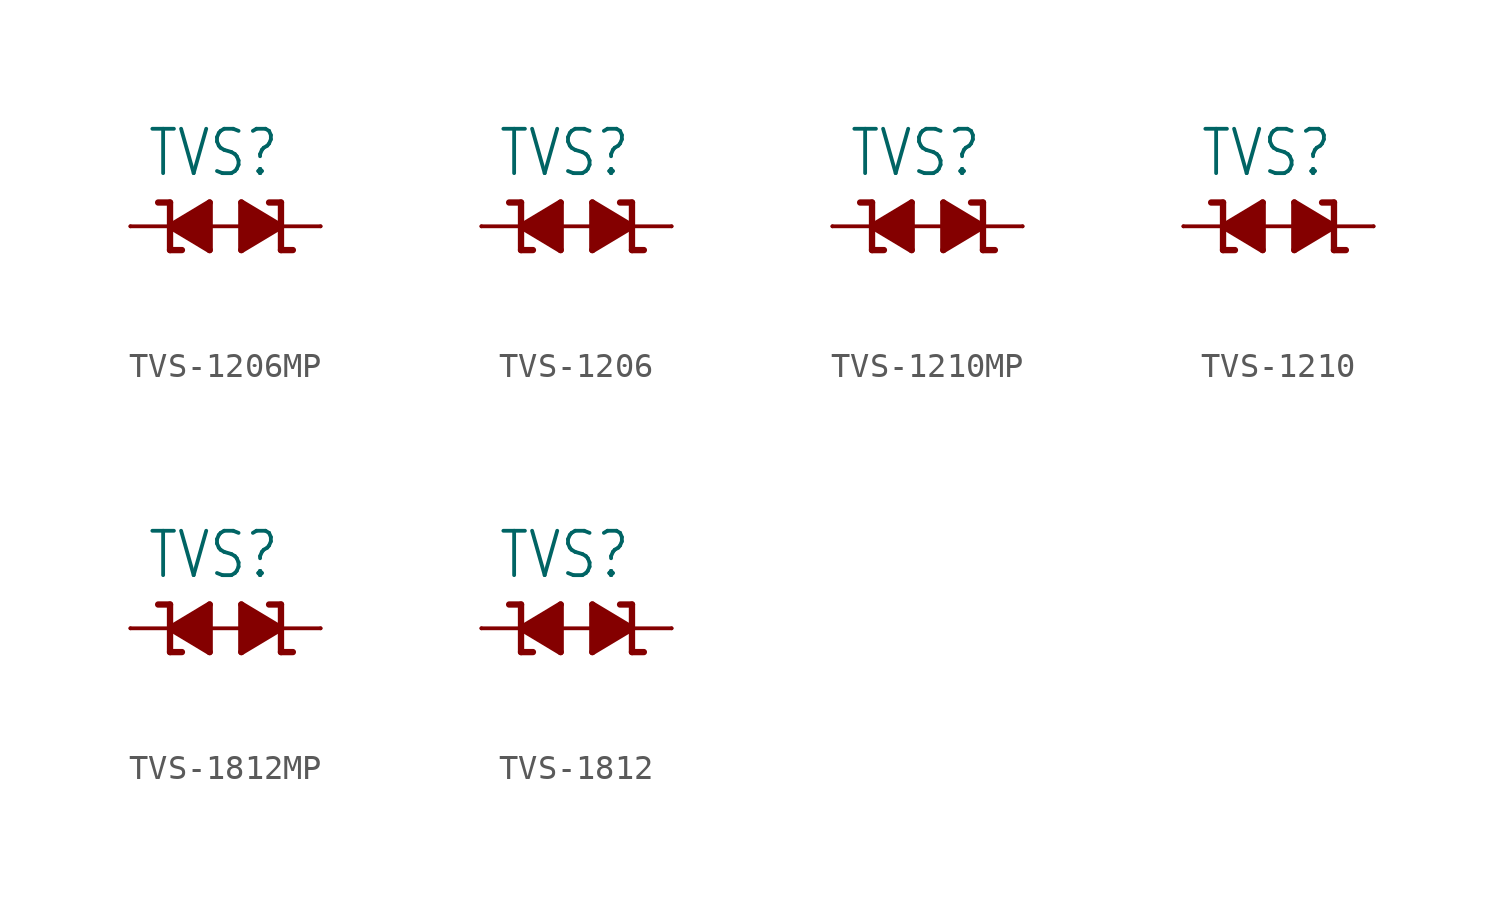
<source format=kicad_sym>
(kicad_symbol_lib
  (version 20231120)
  (generator "kicad_symbol_editor")
  (generator_version "8.0")
  (symbol "TVS-1206MP"
    (property "Reference" "TVS"
      (at -4.445 1.905 0)
      (effects (font (size 1.778 1.511)) (justify left bottom)))
    (property "Value" ""
      (at -4.445 -3.81 0)
      (effects (font (size 1.778 1.511)) (justify left bottom)))
    (property "ki_locked" ""
      (at 0 0 0)
      (effects (font (size 1.27 1.27))))
    (symbol "TVS-1206MP_1_0"
      (polyline (pts (xy -5.08 0) (xy 2.54 0)) (stroke (width 0.152) (type solid)) (fill (type none)))
      (polyline (pts (xy -3.493 -0.953) (xy -3.493 0)) (stroke (width 0.254) (type solid)) (fill (type none)))
      (polyline (pts (xy -3.493 0) (xy -3.493 0.953)) (stroke (width 0.254) (type solid)) (fill (type none)))
      (polyline (pts (xy -3.493 0) (xy -1.905 -0.953)) (stroke (width 0.254) (type solid)) (fill (type none)))
      (polyline (pts (xy -3.493 0.953) (xy -3.969 0.953)) (stroke (width 0.254) (type solid)) (fill (type none)))
      (polyline (pts (xy -3.016 -0.953) (xy -3.493 -0.953)) (stroke (width 0.254) (type solid)) (fill (type none)))
      (polyline (pts (xy -1.905 -0.953) (xy -1.905 0.953)) (stroke (width 0.254) (type solid)) (fill (type none)))
      (polyline (pts (xy -1.905 0.953) (xy -3.493 0)) (stroke (width 0.254) (type solid)) (fill (type none)))
      (polyline (pts (xy -0.635 -0.953) (xy 0.953 0)) (stroke (width 0.254) (type solid)) (fill (type none)))
      (polyline (pts (xy -0.635 0.953) (xy -0.635 -0.953)) (stroke (width 0.254) (type solid)) (fill (type none)))
      (polyline (pts (xy 0.476 0.953) (xy 0.953 0.953)) (stroke (width 0.254) (type solid)) (fill (type none)))
      (polyline (pts (xy 0.953 -0.953) (xy 1.429 -0.953)) (stroke (width 0.254) (type solid)) (fill (type none)))
      (polyline (pts (xy 0.953 0) (xy -0.635 0.953)) (stroke (width 0.254) (type solid)) (fill (type none)))
      (polyline (pts (xy 0.953 0) (xy 0.953 -0.953)) (stroke (width 0.254) (type solid)) (fill (type none)))
      (polyline (pts (xy 0.953 0.953) (xy 0.953 0)) (stroke (width 0.254) (type solid)) (fill (type none)))
      (polyline (pts (xy -1.905 -0.953) (xy -3.493 0) (xy -1.905 0.953)) (stroke (width 0.152) (type solid)) (fill (type outline)))
      (polyline (pts (xy -0.635 0.953) (xy 0.953 0) (xy -0.635 -0.953)) (stroke (width 0.152) (type solid)) (fill (type outline)))
      (pin passive line (at -5.08 0 0) (length 0) (name "1" (effects (font (size 0 0)))) (number "1" (effects (font (size 0 0)))))
      (pin passive line (at 2.54 0 180) (length 0) (name "2" (effects (font (size 0 0)))) (number "2" (effects (font (size 0 0)))))))
  (symbol "TVS-1206"
    (property "Reference" "TVS"
      (at -4.445 1.905 0)
      (effects (font (size 1.778 1.511)) (justify left bottom)))
    (property "Value" ""
      (at -4.445 -3.81 0)
      (effects (font (size 1.778 1.511)) (justify left bottom)))
    (property "ki_locked" ""
      (at 0 0 0)
      (effects (font (size 1.27 1.27))))
    (symbol "TVS-1206_1_0"
      (polyline (pts (xy -5.08 0) (xy 2.54 0)) (stroke (width 0.152) (type solid)) (fill (type none)))
      (polyline (pts (xy -3.493 -0.953) (xy -3.493 0)) (stroke (width 0.254) (type solid)) (fill (type none)))
      (polyline (pts (xy -3.493 0) (xy -3.493 0.953)) (stroke (width 0.254) (type solid)) (fill (type none)))
      (polyline (pts (xy -3.493 0) (xy -1.905 -0.953)) (stroke (width 0.254) (type solid)) (fill (type none)))
      (polyline (pts (xy -3.493 0.953) (xy -3.969 0.953)) (stroke (width 0.254) (type solid)) (fill (type none)))
      (polyline (pts (xy -3.016 -0.953) (xy -3.493 -0.953)) (stroke (width 0.254) (type solid)) (fill (type none)))
      (polyline (pts (xy -1.905 -0.953) (xy -1.905 0.953)) (stroke (width 0.254) (type solid)) (fill (type none)))
      (polyline (pts (xy -1.905 0.953) (xy -3.493 0)) (stroke (width 0.254) (type solid)) (fill (type none)))
      (polyline (pts (xy -0.635 -0.953) (xy 0.953 0)) (stroke (width 0.254) (type solid)) (fill (type none)))
      (polyline (pts (xy -0.635 0.953) (xy -0.635 -0.953)) (stroke (width 0.254) (type solid)) (fill (type none)))
      (polyline (pts (xy 0.476 0.953) (xy 0.953 0.953)) (stroke (width 0.254) (type solid)) (fill (type none)))
      (polyline (pts (xy 0.953 -0.953) (xy 1.429 -0.953)) (stroke (width 0.254) (type solid)) (fill (type none)))
      (polyline (pts (xy 0.953 0) (xy -0.635 0.953)) (stroke (width 0.254) (type solid)) (fill (type none)))
      (polyline (pts (xy 0.953 0) (xy 0.953 -0.953)) (stroke (width 0.254) (type solid)) (fill (type none)))
      (polyline (pts (xy 0.953 0.953) (xy 0.953 0)) (stroke (width 0.254) (type solid)) (fill (type none)))
      (polyline (pts (xy -1.905 -0.953) (xy -3.493 0) (xy -1.905 0.953)) (stroke (width 0.152) (type solid)) (fill (type outline)))
      (polyline (pts (xy -0.635 0.953) (xy 0.953 0) (xy -0.635 -0.953)) (stroke (width 0.152) (type solid)) (fill (type outline)))
      (pin passive line (at -5.08 0 0) (length 0) (name "1" (effects (font (size 0 0)))) (number "1" (effects (font (size 0 0)))))
      (pin passive line (at 2.54 0 180) (length 0) (name "2" (effects (font (size 0 0)))) (number "2" (effects (font (size 0 0)))))))
  (symbol "TVS-1210MP"
    (property "Reference" "TVS"
      (at -4.445 1.905 0)
      (effects (font (size 1.778 1.511)) (justify left bottom)))
    (property "Value" ""
      (at -4.445 -3.81 0)
      (effects (font (size 1.778 1.511)) (justify left bottom)))
    (property "ki_locked" ""
      (at 0 0 0)
      (effects (font (size 1.27 1.27))))
    (symbol "TVS-1210MP_1_0"
      (polyline (pts (xy -5.08 0) (xy 2.54 0)) (stroke (width 0.152) (type solid)) (fill (type none)))
      (polyline (pts (xy -3.493 -0.953) (xy -3.493 0)) (stroke (width 0.254) (type solid)) (fill (type none)))
      (polyline (pts (xy -3.493 0) (xy -3.493 0.953)) (stroke (width 0.254) (type solid)) (fill (type none)))
      (polyline (pts (xy -3.493 0) (xy -1.905 -0.953)) (stroke (width 0.254) (type solid)) (fill (type none)))
      (polyline (pts (xy -3.493 0.953) (xy -3.969 0.953)) (stroke (width 0.254) (type solid)) (fill (type none)))
      (polyline (pts (xy -3.016 -0.953) (xy -3.493 -0.953)) (stroke (width 0.254) (type solid)) (fill (type none)))
      (polyline (pts (xy -1.905 -0.953) (xy -1.905 0.953)) (stroke (width 0.254) (type solid)) (fill (type none)))
      (polyline (pts (xy -1.905 0.953) (xy -3.493 0)) (stroke (width 0.254) (type solid)) (fill (type none)))
      (polyline (pts (xy -0.635 -0.953) (xy 0.953 0)) (stroke (width 0.254) (type solid)) (fill (type none)))
      (polyline (pts (xy -0.635 0.953) (xy -0.635 -0.953)) (stroke (width 0.254) (type solid)) (fill (type none)))
      (polyline (pts (xy 0.476 0.953) (xy 0.953 0.953)) (stroke (width 0.254) (type solid)) (fill (type none)))
      (polyline (pts (xy 0.953 -0.953) (xy 1.429 -0.953)) (stroke (width 0.254) (type solid)) (fill (type none)))
      (polyline (pts (xy 0.953 0) (xy -0.635 0.953)) (stroke (width 0.254) (type solid)) (fill (type none)))
      (polyline (pts (xy 0.953 0) (xy 0.953 -0.953)) (stroke (width 0.254) (type solid)) (fill (type none)))
      (polyline (pts (xy 0.953 0.953) (xy 0.953 0)) (stroke (width 0.254) (type solid)) (fill (type none)))
      (polyline (pts (xy -1.905 -0.953) (xy -3.493 0) (xy -1.905 0.953)) (stroke (width 0.152) (type solid)) (fill (type outline)))
      (polyline (pts (xy -0.635 0.953) (xy 0.953 0) (xy -0.635 -0.953)) (stroke (width 0.152) (type solid)) (fill (type outline)))
      (pin passive line (at -5.08 0 0) (length 0) (name "1" (effects (font (size 0 0)))) (number "1" (effects (font (size 0 0)))))
      (pin passive line (at 2.54 0 180) (length 0) (name "2" (effects (font (size 0 0)))) (number "2" (effects (font (size 0 0)))))))
  (symbol "TVS-1210"
    (property "Reference" "TVS"
      (at -4.445 1.905 0)
      (effects (font (size 1.778 1.511)) (justify left bottom)))
    (property "Value" ""
      (at -4.445 -3.81 0)
      (effects (font (size 1.778 1.511)) (justify left bottom)))
    (property "ki_locked" ""
      (at 0 0 0)
      (effects (font (size 1.27 1.27))))
    (symbol "TVS-1210_1_0"
      (polyline (pts (xy -5.08 0) (xy 2.54 0)) (stroke (width 0.152) (type solid)) (fill (type none)))
      (polyline (pts (xy -3.493 -0.953) (xy -3.493 0)) (stroke (width 0.254) (type solid)) (fill (type none)))
      (polyline (pts (xy -3.493 0) (xy -3.493 0.953)) (stroke (width 0.254) (type solid)) (fill (type none)))
      (polyline (pts (xy -3.493 0) (xy -1.905 -0.953)) (stroke (width 0.254) (type solid)) (fill (type none)))
      (polyline (pts (xy -3.493 0.953) (xy -3.969 0.953)) (stroke (width 0.254) (type solid)) (fill (type none)))
      (polyline (pts (xy -3.016 -0.953) (xy -3.493 -0.953)) (stroke (width 0.254) (type solid)) (fill (type none)))
      (polyline (pts (xy -1.905 -0.953) (xy -1.905 0.953)) (stroke (width 0.254) (type solid)) (fill (type none)))
      (polyline (pts (xy -1.905 0.953) (xy -3.493 0)) (stroke (width 0.254) (type solid)) (fill (type none)))
      (polyline (pts (xy -0.635 -0.953) (xy 0.953 0)) (stroke (width 0.254) (type solid)) (fill (type none)))
      (polyline (pts (xy -0.635 0.953) (xy -0.635 -0.953)) (stroke (width 0.254) (type solid)) (fill (type none)))
      (polyline (pts (xy 0.476 0.953) (xy 0.953 0.953)) (stroke (width 0.254) (type solid)) (fill (type none)))
      (polyline (pts (xy 0.953 -0.953) (xy 1.429 -0.953)) (stroke (width 0.254) (type solid)) (fill (type none)))
      (polyline (pts (xy 0.953 0) (xy -0.635 0.953)) (stroke (width 0.254) (type solid)) (fill (type none)))
      (polyline (pts (xy 0.953 0) (xy 0.953 -0.953)) (stroke (width 0.254) (type solid)) (fill (type none)))
      (polyline (pts (xy 0.953 0.953) (xy 0.953 0)) (stroke (width 0.254) (type solid)) (fill (type none)))
      (polyline (pts (xy -1.905 -0.953) (xy -3.493 0) (xy -1.905 0.953)) (stroke (width 0.152) (type solid)) (fill (type outline)))
      (polyline (pts (xy -0.635 0.953) (xy 0.953 0) (xy -0.635 -0.953)) (stroke (width 0.152) (type solid)) (fill (type outline)))
      (pin passive line (at -5.08 0 0) (length 0) (name "1" (effects (font (size 0 0)))) (number "1" (effects (font (size 0 0)))))
      (pin passive line (at 2.54 0 180) (length 0) (name "2" (effects (font (size 0 0)))) (number "2" (effects (font (size 0 0)))))))
  (symbol "TVS-1812MP"
    (property "Reference" "TVS"
      (at -4.445 1.905 0)
      (effects (font (size 1.778 1.511)) (justify left bottom)))
    (property "Value" ""
      (at -4.445 -3.81 0)
      (effects (font (size 1.778 1.511)) (justify left bottom)))
    (property "ki_locked" ""
      (at 0 0 0)
      (effects (font (size 1.27 1.27))))
    (symbol "TVS-1812MP_1_0"
      (polyline (pts (xy -5.08 0) (xy 2.54 0)) (stroke (width 0.152) (type solid)) (fill (type none)))
      (polyline (pts (xy -3.493 -0.953) (xy -3.493 0)) (stroke (width 0.254) (type solid)) (fill (type none)))
      (polyline (pts (xy -3.493 0) (xy -3.493 0.953)) (stroke (width 0.254) (type solid)) (fill (type none)))
      (polyline (pts (xy -3.493 0) (xy -1.905 -0.953)) (stroke (width 0.254) (type solid)) (fill (type none)))
      (polyline (pts (xy -3.493 0.953) (xy -3.969 0.953)) (stroke (width 0.254) (type solid)) (fill (type none)))
      (polyline (pts (xy -3.016 -0.953) (xy -3.493 -0.953)) (stroke (width 0.254) (type solid)) (fill (type none)))
      (polyline (pts (xy -1.905 -0.953) (xy -1.905 0.953)) (stroke (width 0.254) (type solid)) (fill (type none)))
      (polyline (pts (xy -1.905 0.953) (xy -3.493 0)) (stroke (width 0.254) (type solid)) (fill (type none)))
      (polyline (pts (xy -0.635 -0.953) (xy 0.953 0)) (stroke (width 0.254) (type solid)) (fill (type none)))
      (polyline (pts (xy -0.635 0.953) (xy -0.635 -0.953)) (stroke (width 0.254) (type solid)) (fill (type none)))
      (polyline (pts (xy 0.476 0.953) (xy 0.953 0.953)) (stroke (width 0.254) (type solid)) (fill (type none)))
      (polyline (pts (xy 0.953 -0.953) (xy 1.429 -0.953)) (stroke (width 0.254) (type solid)) (fill (type none)))
      (polyline (pts (xy 0.953 0) (xy -0.635 0.953)) (stroke (width 0.254) (type solid)) (fill (type none)))
      (polyline (pts (xy 0.953 0) (xy 0.953 -0.953)) (stroke (width 0.254) (type solid)) (fill (type none)))
      (polyline (pts (xy 0.953 0.953) (xy 0.953 0)) (stroke (width 0.254) (type solid)) (fill (type none)))
      (polyline (pts (xy -1.905 -0.953) (xy -3.493 0) (xy -1.905 0.953)) (stroke (width 0.152) (type solid)) (fill (type outline)))
      (polyline (pts (xy -0.635 0.953) (xy 0.953 0) (xy -0.635 -0.953)) (stroke (width 0.152) (type solid)) (fill (type outline)))
      (pin passive line (at -5.08 0 0) (length 0) (name "1" (effects (font (size 0 0)))) (number "1" (effects (font (size 0 0)))))
      (pin passive line (at 2.54 0 180) (length 0) (name "2" (effects (font (size 0 0)))) (number "2" (effects (font (size 0 0)))))))
  (symbol "TVS-1812"
    (property "Reference" "TVS"
      (at -4.445 1.905 0)
      (effects (font (size 1.778 1.511)) (justify left bottom)))
    (property "Value" ""
      (at -4.445 -3.81 0)
      (effects (font (size 1.778 1.511)) (justify left bottom)))
    (property "ki_locked" ""
      (at 0 0 0)
      (effects (font (size 1.27 1.27))))
    (symbol "TVS-1812_1_0"
      (polyline (pts (xy -5.08 0) (xy 2.54 0)) (stroke (width 0.152) (type solid)) (fill (type none)))
      (polyline (pts (xy -3.493 -0.953) (xy -3.493 0)) (stroke (width 0.254) (type solid)) (fill (type none)))
      (polyline (pts (xy -3.493 0) (xy -3.493 0.953)) (stroke (width 0.254) (type solid)) (fill (type none)))
      (polyline (pts (xy -3.493 0) (xy -1.905 -0.953)) (stroke (width 0.254) (type solid)) (fill (type none)))
      (polyline (pts (xy -3.493 0.953) (xy -3.969 0.953)) (stroke (width 0.254) (type solid)) (fill (type none)))
      (polyline (pts (xy -3.016 -0.953) (xy -3.493 -0.953)) (stroke (width 0.254) (type solid)) (fill (type none)))
      (polyline (pts (xy -1.905 -0.953) (xy -1.905 0.953)) (stroke (width 0.254) (type solid)) (fill (type none)))
      (polyline (pts (xy -1.905 0.953) (xy -3.493 0)) (stroke (width 0.254) (type solid)) (fill (type none)))
      (polyline (pts (xy -0.635 -0.953) (xy 0.953 0)) (stroke (width 0.254) (type solid)) (fill (type none)))
      (polyline (pts (xy -0.635 0.953) (xy -0.635 -0.953)) (stroke (width 0.254) (type solid)) (fill (type none)))
      (polyline (pts (xy 0.476 0.953) (xy 0.953 0.953)) (stroke (width 0.254) (type solid)) (fill (type none)))
      (polyline (pts (xy 0.953 -0.953) (xy 1.429 -0.953)) (stroke (width 0.254) (type solid)) (fill (type none)))
      (polyline (pts (xy 0.953 0) (xy -0.635 0.953)) (stroke (width 0.254) (type solid)) (fill (type none)))
      (polyline (pts (xy 0.953 0) (xy 0.953 -0.953)) (stroke (width 0.254) (type solid)) (fill (type none)))
      (polyline (pts (xy 0.953 0.953) (xy 0.953 0)) (stroke (width 0.254) (type solid)) (fill (type none)))
      (polyline (pts (xy -1.905 -0.953) (xy -3.493 0) (xy -1.905 0.953)) (stroke (width 0.152) (type solid)) (fill (type outline)))
      (polyline (pts (xy -0.635 0.953) (xy 0.953 0) (xy -0.635 -0.953)) (stroke (width 0.152) (type solid)) (fill (type outline)))
      (pin passive line (at -5.08 0 0) (length 0) (name "1" (effects (font (size 0 0)))) (number "1" (effects (font (size 0 0)))))
      (pin passive line (at 2.54 0 180) (length 0) (name "2" (effects (font (size 0 0)))) (number "2" (effects (font (size 0 0))))))))
</source>
